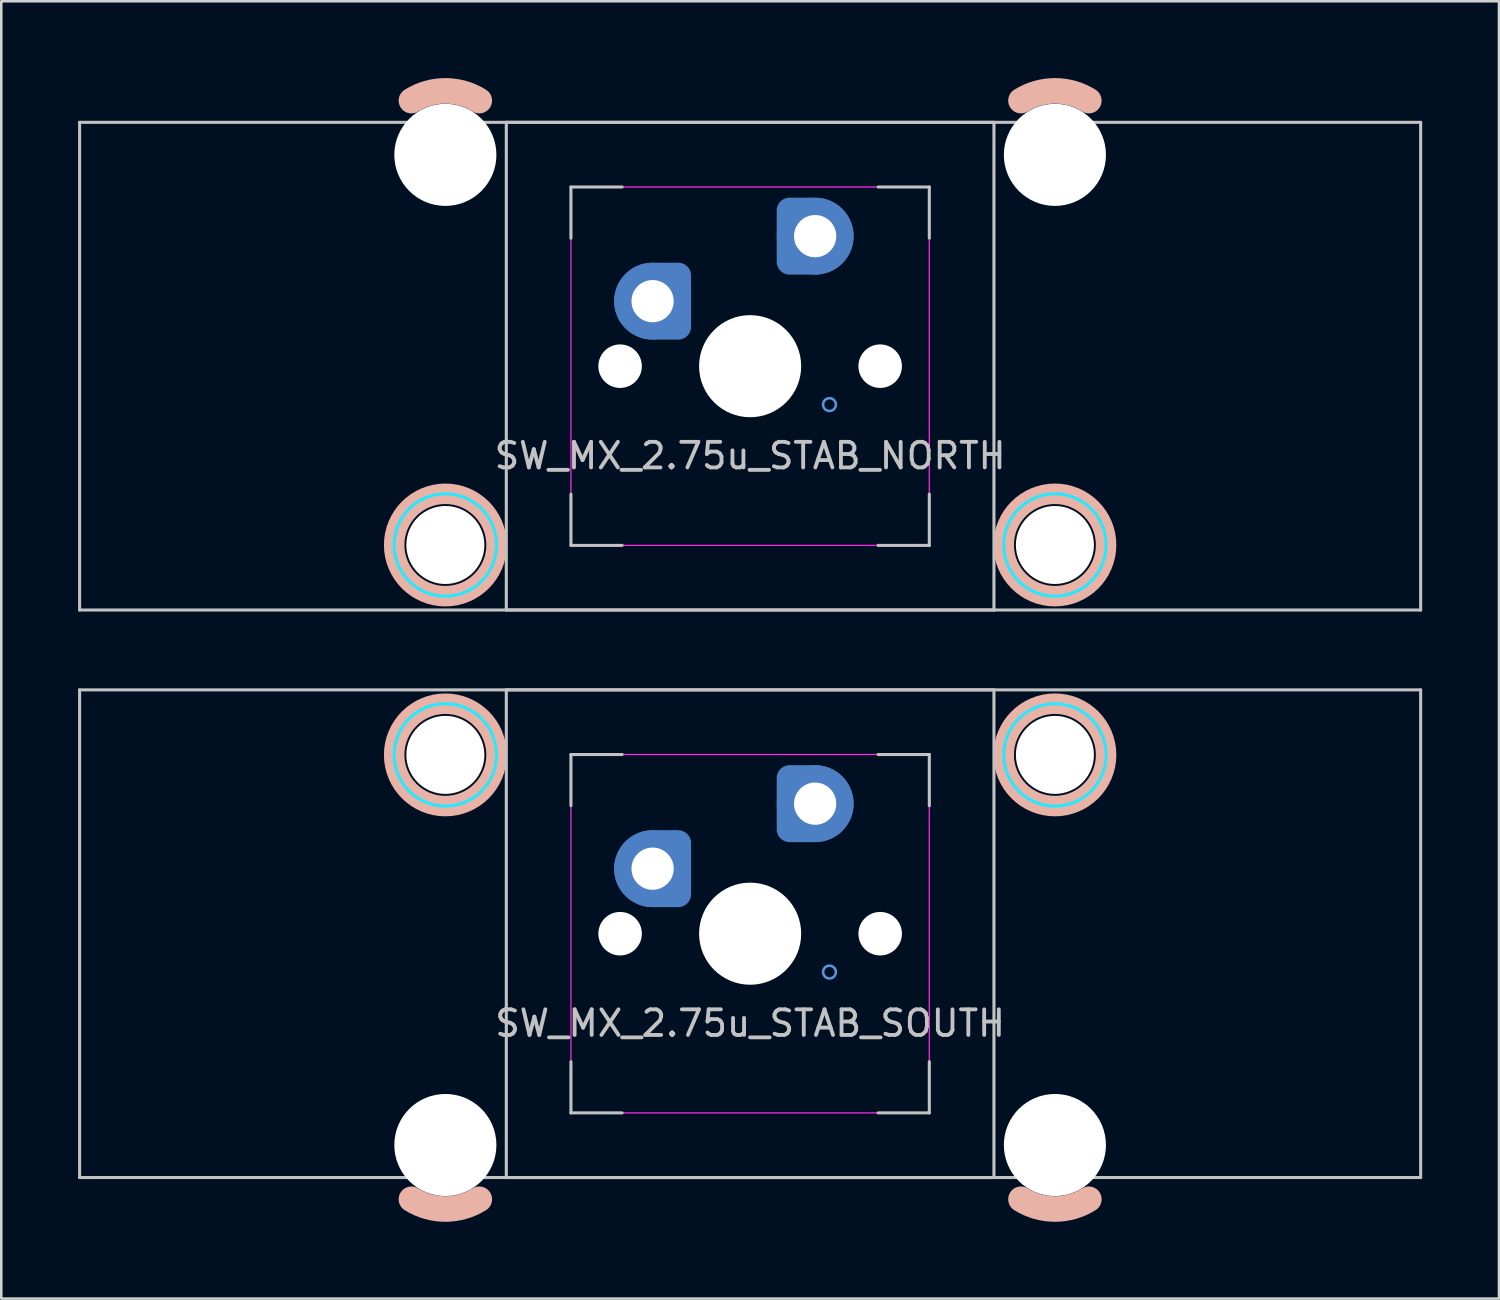
<source format=kicad_pcb>
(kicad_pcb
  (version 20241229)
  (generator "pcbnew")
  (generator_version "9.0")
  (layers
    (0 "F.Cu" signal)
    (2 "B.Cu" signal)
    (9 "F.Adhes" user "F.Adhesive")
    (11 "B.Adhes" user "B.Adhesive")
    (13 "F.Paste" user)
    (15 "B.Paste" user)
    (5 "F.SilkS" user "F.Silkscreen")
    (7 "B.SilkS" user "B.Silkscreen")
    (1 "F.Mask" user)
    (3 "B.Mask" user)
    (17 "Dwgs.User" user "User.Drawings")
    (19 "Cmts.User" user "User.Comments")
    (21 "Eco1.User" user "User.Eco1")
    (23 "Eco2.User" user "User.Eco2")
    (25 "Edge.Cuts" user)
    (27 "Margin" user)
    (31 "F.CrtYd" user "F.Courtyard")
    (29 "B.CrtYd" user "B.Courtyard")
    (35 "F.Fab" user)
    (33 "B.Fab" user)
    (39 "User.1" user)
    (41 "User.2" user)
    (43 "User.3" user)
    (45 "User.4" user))
  (footprint "SW_MX_2.75u_STAB_NORTH"
    (layer "F.Cu")
    (at 26.254 11.255)
    (property "Reference" "SW_MX_2.75u_STAB_NORTH" (at 0 3.5 0) (layer "Dwgs.User") (effects (font (size 1 1) (thickness 0.15))))
    (attr through_hole)
    (fp_arc (start -13.231248 -10.374995) (mid -11.90625 -10.755) (end -10.581252 -10.374995) (stroke (width 1) (type default)) (layer "B.SilkS"))
    (fp_arc (start 10.581252 -10.374995) (mid 11.90625 -10.755) (end 13.231248 -10.374995) (stroke (width 1) (type default)) (layer "B.SilkS"))
    (fp_circle (center -11.906 6.985) (end -9.906 6.985) (stroke (width 0.8) (type solid)) (fill no) (layer "B.SilkS"))
    (fp_circle (center 11.906 6.985) (end 13.906 6.985) (stroke (width 0.8) (type solid)) (fill no) (layer "B.SilkS"))
    (fp_line (start -26.194 9.525) (end -26.194 -9.525) (stroke (width 0.12) (type solid)) (layer "Dwgs.User"))
    (fp_line (start -9.525 -9.525) (end -9.525 9.525) (stroke (width 0.12) (type solid)) (layer "Dwgs.User"))
    (fp_line (start -9.525 9.525) (end 9.525 9.525) (stroke (width 0.12) (type solid)) (layer "Dwgs.User"))
    (fp_line (start -7 -7) (end -5 -7) (stroke (width 0.12) (type solid)) (layer "Dwgs.User"))
    (fp_line (start -7 -5) (end -7 -7) (stroke (width 0.12) (type solid)) (layer "Dwgs.User"))
    (fp_line (start -7 7) (end -7 5) (stroke (width 0.12) (type solid)) (layer "Dwgs.User"))
    (fp_line (start -5 7) (end -7 7) (stroke (width 0.12) (type solid)) (layer "Dwgs.User"))
    (fp_line (start 5 -7) (end 7 -7) (stroke (width 0.12) (type solid)) (layer "Dwgs.User"))
    (fp_line (start 5 7) (end 7 7) (stroke (width 0.12) (type solid)) (layer "Dwgs.User"))
    (fp_line (start 7 -7) (end 7 -5) (stroke (width 0.12) (type solid)) (layer "Dwgs.User"))
    (fp_line (start 7 7) (end 7 5) (stroke (width 0.12) (type solid)) (layer "Dwgs.User"))
    (fp_line (start 9.525 -9.525) (end -9.525 -9.525) (stroke (width 0.12) (type solid)) (layer "Dwgs.User"))
    (fp_line (start 9.525 9.525) (end 9.525 -9.525) (stroke (width 0.12) (type solid)) (layer "Dwgs.User"))
    (fp_line (start 26.194 -9.525) (end -26.194 -9.525) (stroke (width 0.12) (type solid)) (layer "Dwgs.User"))
    (fp_line (start 26.194 9.525) (end -26.194 9.525) (stroke (width 0.12) (type solid)) (layer "Dwgs.User"))
    (fp_line (start 26.194 9.525) (end 26.194 -9.525) (stroke (width 0.12) (type solid)) (layer "Dwgs.User"))
    (fp_circle (center -3.81 -2.54) (end -3.81 -2.79) (stroke (width 0.1) (type default)) (fill no) (layer "Cmts.User"))
    (fp_circle (center 2.54 -5.08) (end 2.54 -5.33) (stroke (width 0.1) (type default)) (fill no) (layer "Cmts.User"))
    (fp_circle (center 3.1 1.5) (end 3.35 1.5) (stroke (width 0.1) (type default)) (fill no) (layer "Cmts.User"))
    (fp_line (start -15.28 5.5) (end -15.281 -7.5) (stroke (width 0.05) (type solid)) (layer "Eco2.User"))
    (fp_line (start -9.031 -8) (end -14.781 -8) (stroke (width 0.05) (type solid)) (layer "Eco2.User"))
    (fp_line (start -9.031 6) (end -14.78 6) (stroke (width 0.05) (type solid)) (layer "Eco2.User"))
    (fp_line (start -8.531 5.5) (end -8.531 -7.5) (stroke (width 0.05) (type solid)) (layer "Eco2.User"))
    (fp_line (start -7 6.5) (end -7 -6.5) (stroke (width 0.05) (type solid)) (layer "Eco2.User"))
    (fp_line (start -6.5 -7) (end 6.5 -7) (stroke (width 0.05) (type solid)) (layer "Eco2.User"))
    (fp_line (start 6.5 7) (end -6.5 7) (stroke (width 0.05) (type solid)) (layer "Eco2.User"))
    (fp_line (start 7 -6.5) (end 7 6.5) (stroke (width 0.05) (type solid)) (layer "Eco2.User"))
    (fp_line (start 8.531 5.5) (end 8.531 -7.5) (stroke (width 0.05) (type solid)) (layer "Eco2.User"))
    (fp_line (start 14.781 -8) (end 9.031 -8) (stroke (width 0.05) (type solid)) (layer "Eco2.User"))
    (fp_line (start 14.781 6) (end 9.031 6) (stroke (width 0.05) (type solid)) (layer "Eco2.User"))
    (fp_line (start 15.281 5.5) (end 15.281 -7.5) (stroke (width 0.05) (type solid)) (layer "Eco2.User"))
    (fp_arc (start -15.28125 -7.500001) (mid -15.1348 -7.853536) (end -14.78125 -8.000001) (stroke (width 0.05) (type solid)) (layer "Eco2.User"))
    (fp_arc (start -14.780039 5.999999) (mid -15.133602 5.853545) (end -15.280039 5.499999) (stroke (width 0.05) (type solid)) (layer "Eco2.User"))
    (fp_arc (start -9.03125 -8.000001) (mid -8.677693 -7.853543) (end -8.53125 -7.500001) (stroke (width 0.05) (type solid)) (layer "Eco2.User"))
    (fp_arc (start -8.53125 5.499999) (mid -8.677685 5.853565) (end -9.03125 5.999999) (stroke (width 0.05) (type solid)) (layer "Eco2.User"))
    (fp_arc (start -7 -6.5) (mid -6.853553 -6.853553) (end -6.5 -7) (stroke (width 0.05) (type solid)) (layer "Eco2.User"))
    (fp_arc (start -6.5 7) (mid -6.853553 6.853553) (end -7 6.5) (stroke (width 0.05) (type solid)) (layer "Eco2.User"))
    (fp_arc (start 6.5 -7) (mid 6.853553 -6.853553) (end 7 -6.5) (stroke (width 0.05) (type solid)) (layer "Eco2.User"))
    (fp_arc (start 6.997236 6.498884) (mid 6.850789 6.852437) (end 6.497236 6.998884) (stroke (width 0.05) (type solid)) (layer "Eco2.User"))
    (fp_arc (start 8.53125 -7.500001) (mid 8.677697 -7.853554) (end 9.03125 -8.000001) (stroke (width 0.05) (type solid)) (layer "Eco2.User"))
    (fp_arc (start 9.03125 5.999999) (mid 8.677697 5.853552) (end 8.53125 5.499999) (stroke (width 0.05) (type solid)) (layer "Eco2.User"))
    (fp_arc (start 14.78125 -8.000001) (mid 15.134803 -7.853554) (end 15.28125 -7.500001) (stroke (width 0.05) (type solid)) (layer "Eco2.User"))
    (fp_arc (start 15.28125 5.499999) (mid 15.134803 5.853552) (end 14.78125 5.999999) (stroke (width 0.05) (type solid)) (layer "Eco2.User"))
    (fp_circle (center -11.906 6.985) (end -13.906 6.985) (stroke (width 0.12) (type solid)) (fill no) (layer "B.CrtYd"))
    (fp_circle (center 11.906 6.985) (end 9.906 6.985) (stroke (width 0.12) (type solid)) (fill no) (layer "B.CrtYd"))
    (fp_line (start -7 -7) (end -7 7) (stroke (width 0.05) (type solid)) (layer "F.CrtYd"))
    (fp_line (start -7 7) (end 7 7) (stroke (width 0.05) (type solid)) (layer "F.CrtYd"))
    (fp_line (start 7 -7) (end -7 -7) (stroke (width 0.05) (type solid)) (layer "F.CrtYd"))
    (fp_line (start 7 7) (end 7 -7) (stroke (width 0.05) (type solid)) (layer "F.CrtYd"))
    (pad "" np_thru_hole circle (at -11.906 -8.255 180) (size 3.988 3.988) (drill 3.988) (layers "*.Cu" "*.Mask"))
    (pad "" np_thru_hole circle (at -11.906 6.985 180) (size 3.048 3.048) (drill 3.048) (layers "*.Cu" "*.Mask"))
    (pad "" np_thru_hole circle (at -5.08 0) (size 1.7 1.7) (drill 1.7) (layers "*.Cu" "*.Mask"))
    (pad "" np_thru_hole circle (at 0 0) (size 3.988 3.988) (drill 3.988) (layers "*.Cu" "*.Mask"))
    (pad "" np_thru_hole circle (at 5.08 0) (size 1.7 1.7) (drill 1.7) (layers "*.Cu" "*.Mask"))
    (pad "" np_thru_hole circle (at 11.906 -8.255 180) (size 3.988 3.988) (drill 3.988) (layers "*.Cu" "*.Mask"))
    (pad "" np_thru_hole circle (at 11.906 6.985 180) (size 3.048 3.048) (drill 3.048) (layers "*.Cu" "*.Mask"))
    (pad "1" thru_hole circle (at -3.81 -2.54) (size 2 2) (drill 1.65) (layers "*.Cu") (remove_unused_layers yes) (keep_end_layers yes) (zone_layer_connections))
    (pad "1" smd custom (at -3.81 -2.54) (size 2.7 2.7) (layers "B.Cu" "B.Mask") (options (anchor circle)) (primitives (gr_poly (pts (arc (start 0 1.35) (mid -1.35 0) (end 0 -1.35)) (arc (start 0.9 -1.35) (mid 1.218198 -1.218198) (end 1.35 -0.9)) (arc (start 1.35 0.9) (mid 1.218198 1.218198) (end 0.9 1.35))) (width 0.004) (fill yes))))
    (pad "1" smd circle (at -3.81 -2.54) (size 3 3) (layers "B.Cu"))
    (pad "1" smd custom (at -3.81 -2.54) (size 3 3) (layers "B.Cu") (options (anchor circle)) (primitives (gr_poly (pts (arc (start 0 1.5) (mid -1.5 0) (end 0 -1.5)) (arc (start 1 -1.5) (mid 1.353554 -1.353554) (end 1.5 -1)) (arc (start 1.5 1) (mid 1.353554 1.353554) (end 1 1.5))) (width 0.004) (fill yes))))
    (pad "2" thru_hole circle (at 2.54 -5.08 180) (size 2 2) (drill 1.65) (layers "*.Cu") (remove_unused_layers yes) (keep_end_layers yes) (zone_layer_connections))
    (pad "2" smd custom (at 2.54 -5.08 180) (size 2.7 2.7) (layers "B.Cu" "B.Mask") (options (anchor circle)) (primitives (gr_poly (pts (arc (start 0 1.35) (mid -1.35 0) (end 0 -1.35)) (arc (start 0.9 -1.35) (mid 1.218198 -1.218198) (end 1.35 -0.9)) (arc (start 1.35 0.9) (mid 1.218198 1.218198) (end 0.9 1.35))) (width 0.004) (fill yes))))
    (pad "2" smd circle (at 2.54 -5.08) (size 3 3) (layers "B.Cu"))
    (pad "2" smd custom (at 2.54 -5.08 180) (size 3 3) (layers "B.Cu") (options (anchor circle)) (primitives (gr_poly (pts (arc (start 0 1.5) (mid -1.5 0) (end 0 -1.5)) (arc (start 1 -1.5) (mid 1.353554 -1.353554) (end 1.5 -1)) (arc (start 1.5 1) (mid 1.353554 1.353554) (end 1 1.5))) (width 0.004) (fill yes)))))
  (footprint "SW_MX_2.75u_STAB_SOUTH"
    (layer "F.Cu")
    (at 26.254 33.425)
    (property "Reference" "SW_MX_2.75u_STAB_SOUTH" (at 0 3.5 0) (layer "Dwgs.User") (effects (font (size 1 1) (thickness 0.15))))
    (attr through_hole)
    (fp_arc (start -10.581252 10.374995) (mid -11.90625 10.755) (end -13.231248 10.374995) (stroke (width 1) (type default)) (layer "B.SilkS"))
    (fp_arc (start 13.231248 10.374995) (mid 11.90625 10.755) (end 10.581252 10.374995) (stroke (width 1) (type default)) (layer "B.SilkS"))
    (fp_circle (center -11.906 -6.985) (end -13.906 -6.985) (stroke (width 0.8) (type solid)) (fill no) (layer "B.SilkS"))
    (fp_circle (center 11.906 -6.985) (end 9.906 -6.985) (stroke (width 0.8) (type solid)) (fill no) (layer "B.SilkS"))
    (fp_line (start -26.194 -9.525) (end -26.194 9.525) (stroke (width 0.12) (type solid)) (layer "Dwgs.User"))
    (fp_line (start -26.194 -9.525) (end 26.194 -9.525) (stroke (width 0.12) (type solid)) (layer "Dwgs.User"))
    (fp_line (start -26.194 9.525) (end 26.194 9.525) (stroke (width 0.12) (type solid)) (layer "Dwgs.User"))
    (fp_line (start -9.525 -9.525) (end -9.525 9.525) (stroke (width 0.12) (type solid)) (layer "Dwgs.User"))
    (fp_line (start -9.525 9.525) (end 9.525 9.525) (stroke (width 0.12) (type solid)) (layer "Dwgs.User"))
    (fp_line (start -7 -7) (end -5 -7) (stroke (width 0.12) (type solid)) (layer "Dwgs.User"))
    (fp_line (start -7 -5) (end -7 -7) (stroke (width 0.12) (type solid)) (layer "Dwgs.User"))
    (fp_line (start -7 7) (end -7 5) (stroke (width 0.12) (type solid)) (layer "Dwgs.User"))
    (fp_line (start -5 7) (end -7 7) (stroke (width 0.12) (type solid)) (layer "Dwgs.User"))
    (fp_line (start 5 -7) (end 7 -7) (stroke (width 0.12) (type solid)) (layer "Dwgs.User"))
    (fp_line (start 5 7) (end 7 7) (stroke (width 0.12) (type solid)) (layer "Dwgs.User"))
    (fp_line (start 7 -7) (end 7 -5) (stroke (width 0.12) (type solid)) (layer "Dwgs.User"))
    (fp_line (start 7 7) (end 7 5) (stroke (width 0.12) (type solid)) (layer "Dwgs.User"))
    (fp_line (start 9.525 -9.525) (end -9.525 -9.525) (stroke (width 0.12) (type solid)) (layer "Dwgs.User"))
    (fp_line (start 9.525 9.525) (end 9.525 -9.525) (stroke (width 0.12) (type solid)) (layer "Dwgs.User"))
    (fp_line (start 26.194 -9.525) (end 26.194 9.525) (stroke (width 0.12) (type solid)) (layer "Dwgs.User"))
    (fp_circle (center -3.81 -2.54) (end -3.81 -2.79) (stroke (width 0.1) (type default)) (fill no) (layer "Cmts.User"))
    (fp_circle (center 2.54 -5.08) (end 2.54 -5.33) (stroke (width 0.1) (type default)) (fill no) (layer "Cmts.User"))
    (fp_circle (center 3.1 1.5) (end 3.35 1.5) (stroke (width 0.1) (type default)) (fill no) (layer "Cmts.User"))
    (fp_line (start -15.281 -5.5) (end -15.281 7.5) (stroke (width 0.05) (type solid)) (layer "Eco2.User"))
    (fp_line (start -14.781 -6) (end -9.031 -6) (stroke (width 0.05) (type solid)) (layer "Eco2.User"))
    (fp_line (start -14.781 8) (end -9.031 8) (stroke (width 0.05) (type solid)) (layer "Eco2.User"))
    (fp_line (start -8.531 -5.5) (end -8.531 7.5) (stroke (width 0.05) (type solid)) (layer "Eco2.User"))
    (fp_line (start -7 6.5) (end -7 -6.5) (stroke (width 0.05) (type solid)) (layer "Eco2.User"))
    (fp_line (start -6.5 -7) (end 6.5 -7) (stroke (width 0.05) (type solid)) (layer "Eco2.User"))
    (fp_line (start 6.5 7) (end -6.5 7) (stroke (width 0.05) (type solid)) (layer "Eco2.User"))
    (fp_line (start 7 -6.5) (end 7 6.5) (stroke (width 0.05) (type solid)) (layer "Eco2.User"))
    (fp_line (start 8.531 -5.5) (end 8.531 7.5) (stroke (width 0.05) (type solid)) (layer "Eco2.User"))
    (fp_line (start 9.031 -6) (end 14.78 -6) (stroke (width 0.05) (type solid)) (layer "Eco2.User"))
    (fp_line (start 9.031 8) (end 14.781 8) (stroke (width 0.05) (type solid)) (layer "Eco2.User"))
    (fp_line (start 15.28 -5.5) (end 15.281 7.5) (stroke (width 0.05) (type solid)) (layer "Eco2.User"))
    (fp_arc (start -15.28125 -5.499999) (mid -15.134803 -5.853552) (end -14.78125 -5.999999) (stroke (width 0.05) (type solid)) (layer "Eco2.User"))
    (fp_arc (start -14.78125 8.000001) (mid -15.134803 7.853554) (end -15.28125 7.500001) (stroke (width 0.05) (type solid)) (layer "Eco2.User"))
    (fp_arc (start -9.03125 -5.999999) (mid -8.677697 -5.853552) (end -8.53125 -5.499999) (stroke (width 0.05) (type solid)) (layer "Eco2.User"))
    (fp_arc (start -8.53125 7.500001) (mid -8.677697 7.853554) (end -9.03125 8.000001) (stroke (width 0.05) (type solid)) (layer "Eco2.User"))
    (fp_arc (start -7 -6.5) (mid -6.853553 -6.853553) (end -6.5 -7) (stroke (width 0.05) (type solid)) (layer "Eco2.User"))
    (fp_arc (start -6.5 7) (mid -6.853553 6.853553) (end -7 6.5) (stroke (width 0.05) (type solid)) (layer "Eco2.User"))
    (fp_arc (start 6.5 -7) (mid 6.853553 -6.853553) (end 7 -6.5) (stroke (width 0.05) (type solid)) (layer "Eco2.User"))
    (fp_arc (start 6.997236 6.498884) (mid 6.850789 6.852437) (end 6.497236 6.998884) (stroke (width 0.05) (type solid)) (layer "Eco2.User"))
    (fp_arc (start 8.53125 -5.499999) (mid 8.677685 -5.853564) (end 9.03125 -5.999999) (stroke (width 0.05) (type solid)) (layer "Eco2.User"))
    (fp_arc (start 9.03125 8.000001) (mid 8.677722 7.853529) (end 8.53125 7.500001) (stroke (width 0.05) (type solid)) (layer "Eco2.User"))
    (fp_arc (start 14.780039 -5.999999) (mid 15.133573 -5.853533) (end 15.280039 -5.499999) (stroke (width 0.05) (type solid)) (layer "Eco2.User"))
    (fp_arc (start 15.28125 7.500001) (mid 15.134813 7.853564) (end 14.78125 8.000001) (stroke (width 0.05) (type solid)) (layer "Eco2.User"))
    (fp_circle (center -11.906 -6.985) (end -9.906 -6.985) (stroke (width 0.12) (type solid)) (fill no) (layer "B.CrtYd"))
    (fp_circle (center 11.906 -6.985) (end 13.906 -6.985) (stroke (width 0.12) (type solid)) (fill no) (layer "B.CrtYd"))
    (fp_line (start -7 -7) (end -7 7) (stroke (width 0.05) (type solid)) (layer "F.CrtYd"))
    (fp_line (start -7 7) (end 7 7) (stroke (width 0.05) (type solid)) (layer "F.CrtYd"))
    (fp_line (start 7 -7) (end -7 -7) (stroke (width 0.05) (type solid)) (layer "F.CrtYd"))
    (fp_line (start 7 7) (end 7 -7) (stroke (width 0.05) (type solid)) (layer "F.CrtYd"))
    (pad "" np_thru_hole circle (at -11.906 -6.985) (size 3.048 3.048) (drill 3.048) (layers "*.Cu" "*.Mask"))
    (pad "" np_thru_hole circle (at -11.906 8.255) (size 3.988 3.988) (drill 3.988) (layers "*.Cu" "*.Mask"))
    (pad "" np_thru_hole circle (at -5.08 0) (size 1.7 1.7) (drill 1.7) (layers "*.Cu" "*.Mask"))
    (pad "" np_thru_hole circle (at 0 0) (size 3.988 3.988) (drill 3.988) (layers "*.Cu" "*.Mask"))
    (pad "" np_thru_hole circle (at 5.08 0) (size 1.7 1.7) (drill 1.7) (layers "*.Cu" "*.Mask"))
    (pad "" np_thru_hole circle (at 11.906 -6.985) (size 3.048 3.048) (drill 3.048) (layers "*.Cu" "*.Mask"))
    (pad "" np_thru_hole circle (at 11.906 8.255) (size 3.988 3.988) (drill 3.988) (layers "*.Cu" "*.Mask"))
    (pad "1" thru_hole circle (at -3.81 -2.54) (size 2 2) (drill 1.65) (layers "*.Cu") (remove_unused_layers yes) (keep_end_layers yes) (zone_layer_connections))
    (pad "1" smd custom (at -3.81 -2.54) (size 2.7 2.7) (layers "B.Cu" "B.Mask") (options (anchor circle)) (primitives (gr_poly (pts (arc (start 0 1.35) (mid -1.35 0) (end 0 -1.35)) (arc (start 0.9 -1.35) (mid 1.218198 -1.218198) (end 1.35 -0.9)) (arc (start 1.35 0.9) (mid 1.218198 1.218198) (end 0.9 1.35))) (width 0.004) (fill yes))))
    (pad "1" smd circle (at -3.81 -2.54) (size 3 3) (layers "B.Cu"))
    (pad "1" smd custom (at -3.81 -2.54) (size 3 3) (layers "B.Cu") (options (anchor circle)) (primitives (gr_poly (pts (arc (start 0 1.5) (mid -1.5 0) (end 0 -1.5)) (arc (start 1 -1.5) (mid 1.353554 -1.353554) (end 1.5 -1)) (arc (start 1.5 1) (mid 1.353554 1.353554) (end 1 1.5))) (width 0.004) (fill yes))))
    (pad "2" thru_hole circle (at 2.54 -5.08 180) (size 2 2) (drill 1.65) (layers "*.Cu") (remove_unused_layers yes) (keep_end_layers yes) (zone_layer_connections))
    (pad "2" smd custom (at 2.54 -5.08 180) (size 2.7 2.7) (layers "B.Cu" "B.Mask") (options (anchor circle)) (primitives (gr_poly (pts (arc (start 0 1.35) (mid -1.35 0) (end 0 -1.35)) (arc (start 0.9 -1.35) (mid 1.218198 -1.218198) (end 1.35 -0.9)) (arc (start 1.35 0.9) (mid 1.218198 1.218198) (end 0.9 1.35))) (width 0.004) (fill yes))))
    (pad "2" smd circle (at 2.54 -5.08) (size 3 3) (layers "B.Cu"))
    (pad "2" smd custom (at 2.54 -5.08 180) (size 3 3) (layers "B.Cu") (options (anchor circle)) (primitives (gr_poly (pts (arc (start 0 1.5) (mid -1.5 0) (end 0 -1.5)) (arc (start 1 -1.5) (mid 1.353554 -1.353554) (end 1.5 -1)) (arc (start 1.5 1) (mid 1.353554 1.353554) (end 1 1.5))) (width 0.004) (fill yes)))))
  (gr_rect
    (start -3 -3)
    (end 55.508 47.68)
    (stroke (width 0.1) (type default))
    (fill no)
    (layer "Edge.Cuts")))
</source>
